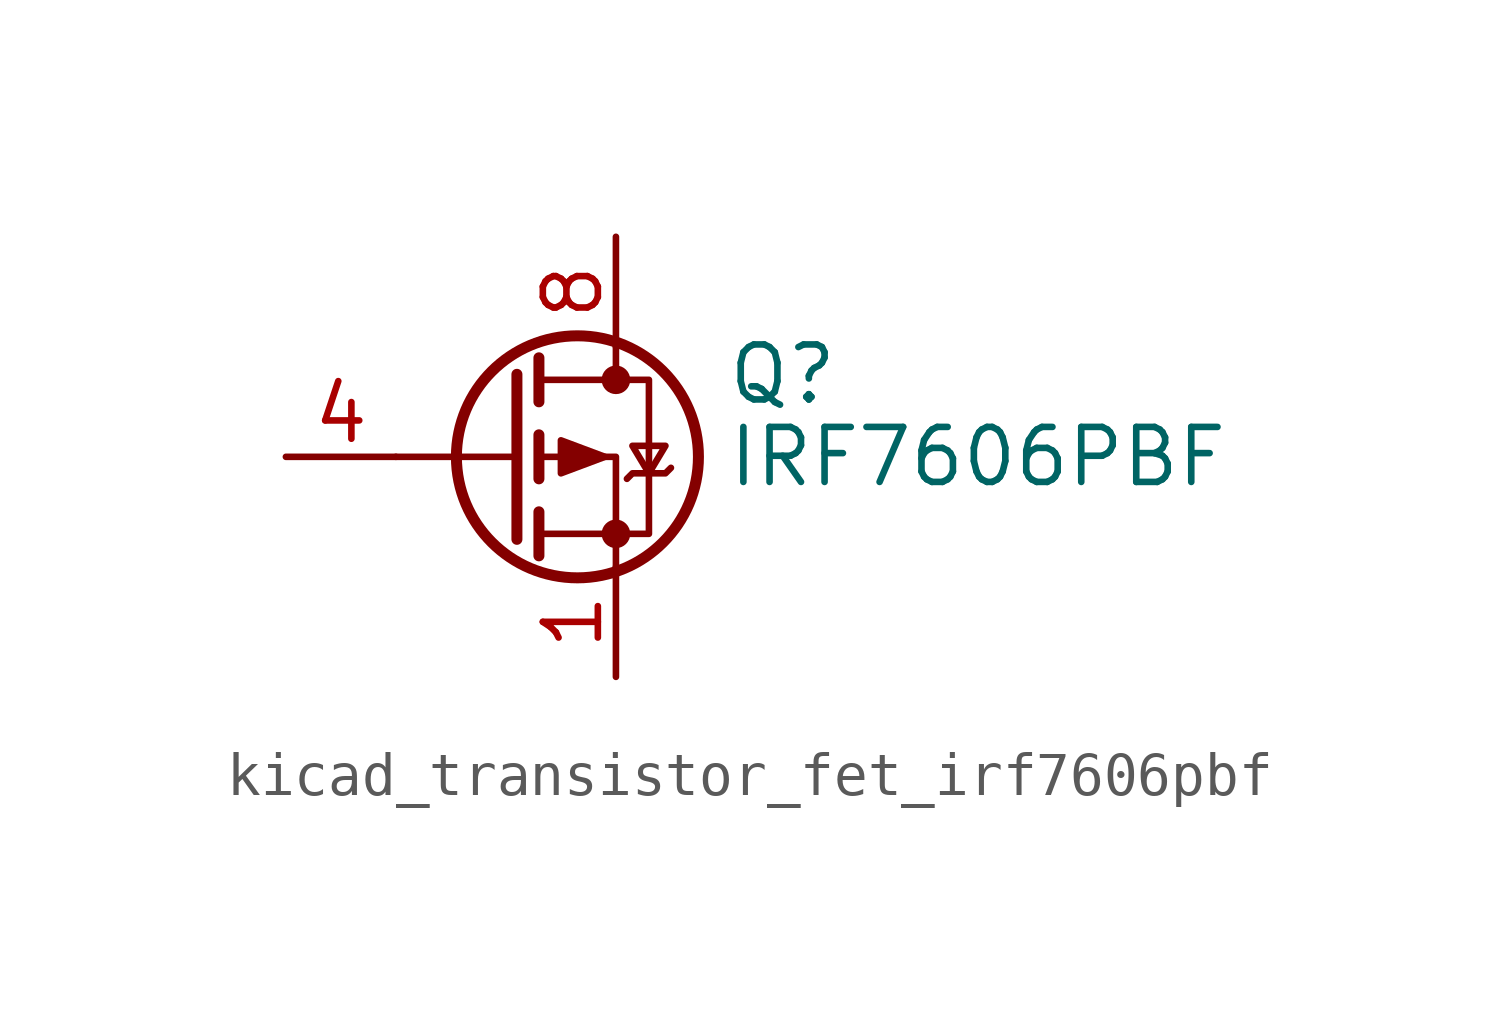
<source format=kicad_sym>
(kicad_symbol_lib
  (version 20220914)
  (generator kicad_symbol_editor)
  (symbol "kicad_transistor_fet_irf7606pbf"
    (pin_names hide)
    (property "Reference" "Q"
      (at 5.08 1.905 0)
      (effects (font (size 1.27 1.27)) (justify left)))
    (property "Value" "IRF7606PBF"
      (at 5.08 0 0)
      (effects (font (size 1.27 1.27)) (justify left)))
    (symbol "kicad_transistor_fet_irf7606pbf_0_1"
      (polyline (pts (xy 0.254 0) (xy -2.54 0)) (stroke (width 0) (type default)) (fill (type none)))
      (polyline (pts (xy 0.254 1.905) (xy 0.254 -1.905)) (stroke (width 0.254) (type default)) (fill (type none)))
      (polyline (pts (xy 0.762 -1.27) (xy 0.762 -2.286)) (stroke (width 0.254) (type default)) (fill (type none)))
      (polyline (pts (xy 0.762 0.508) (xy 0.762 -0.508)) (stroke (width 0.254) (type default)) (fill (type none)))
      (polyline (pts (xy 0.762 2.286) (xy 0.762 1.27)) (stroke (width 0.254) (type default)) (fill (type none)))
      (polyline (pts (xy 2.54 2.54) (xy 2.54 1.778)) (stroke (width 0) (type default)) (fill (type none)))
      (polyline (pts (xy 2.54 -2.54) (xy 2.54 0) (xy 0.762 0)) (stroke (width 0) (type default)) (fill (type none)))
      (polyline (pts (xy 0.762 1.778) (xy 3.302 1.778) (xy 3.302 -1.778) (xy 0.762 -1.778)) (stroke (width 0) (type default)) (fill (type none)))
      (polyline (pts (xy 2.286 0) (xy 1.27 0.381) (xy 1.27 -0.381) (xy 2.286 0)) (stroke (width 0) (type default)) (fill (type outline)))
      (polyline (pts (xy 2.794 -0.508) (xy 2.921 -0.381) (xy 3.683 -0.381) (xy 3.81 -0.254)) (stroke (width 0) (type default)) (fill (type none)))
      (polyline (pts (xy 3.302 -0.381) (xy 2.921 0.254) (xy 3.683 0.254) (xy 3.302 -0.381)) (stroke (width 0) (type default)) (fill (type none)))
      (circle (center 1.651 0) (radius 2.794) (stroke (width 0.254) (type default)) (fill (type none)))
      (circle (center 2.54 -1.778) (radius 0.254) (stroke (width 0) (type default)) (fill (type outline)))
      (circle (center 2.54 1.778) (radius 0.254) (stroke (width 0) (type default)) (fill (type outline))))
    (symbol "kicad_transistor_fet_irf7606pbf_1_1"
      (pin passive line (at 2.54 -5.08 90) (length 2.54) (name "S" (effects (font (size 1.27 1.27)))) (number "1" (effects (font (size 1.27 1.27)))))
      (pin passive line (at 2.54 -5.08 90) (length 2.54) hide (name "S" (effects (font (size 1.27 1.27)))) (number "2" (effects (font (size 1.27 1.27)))))
      (pin passive line (at 2.54 -5.08 90) (length 2.54) hide (name "S" (effects (font (size 1.27 1.27)))) (number "3" (effects (font (size 1.27 1.27)))))
      (pin passive line (at -5.08 0 0) (length 2.54) (name "G" (effects (font (size 1.27 1.27)))) (number "4" (effects (font (size 1.27 1.27)))))
      (pin passive line (at 2.54 5.08 270) (length 2.54) hide (name "D" (effects (font (size 1.27 1.27)))) (number "5" (effects (font (size 1.27 1.27)))))
      (pin passive line (at 2.54 5.08 270) (length 2.54) hide (name "D" (effects (font (size 1.27 1.27)))) (number "6" (effects (font (size 1.27 1.27)))))
      (pin passive line (at 2.54 5.08 270) (length 2.54) hide (name "D" (effects (font (size 1.27 1.27)))) (number "7" (effects (font (size 1.27 1.27)))))
      (pin passive line (at 2.54 5.08 270) (length 2.54) (name "D" (effects (font (size 1.27 1.27)))) (number "8" (effects (font (size 1.27 1.27))))))))
</source>
